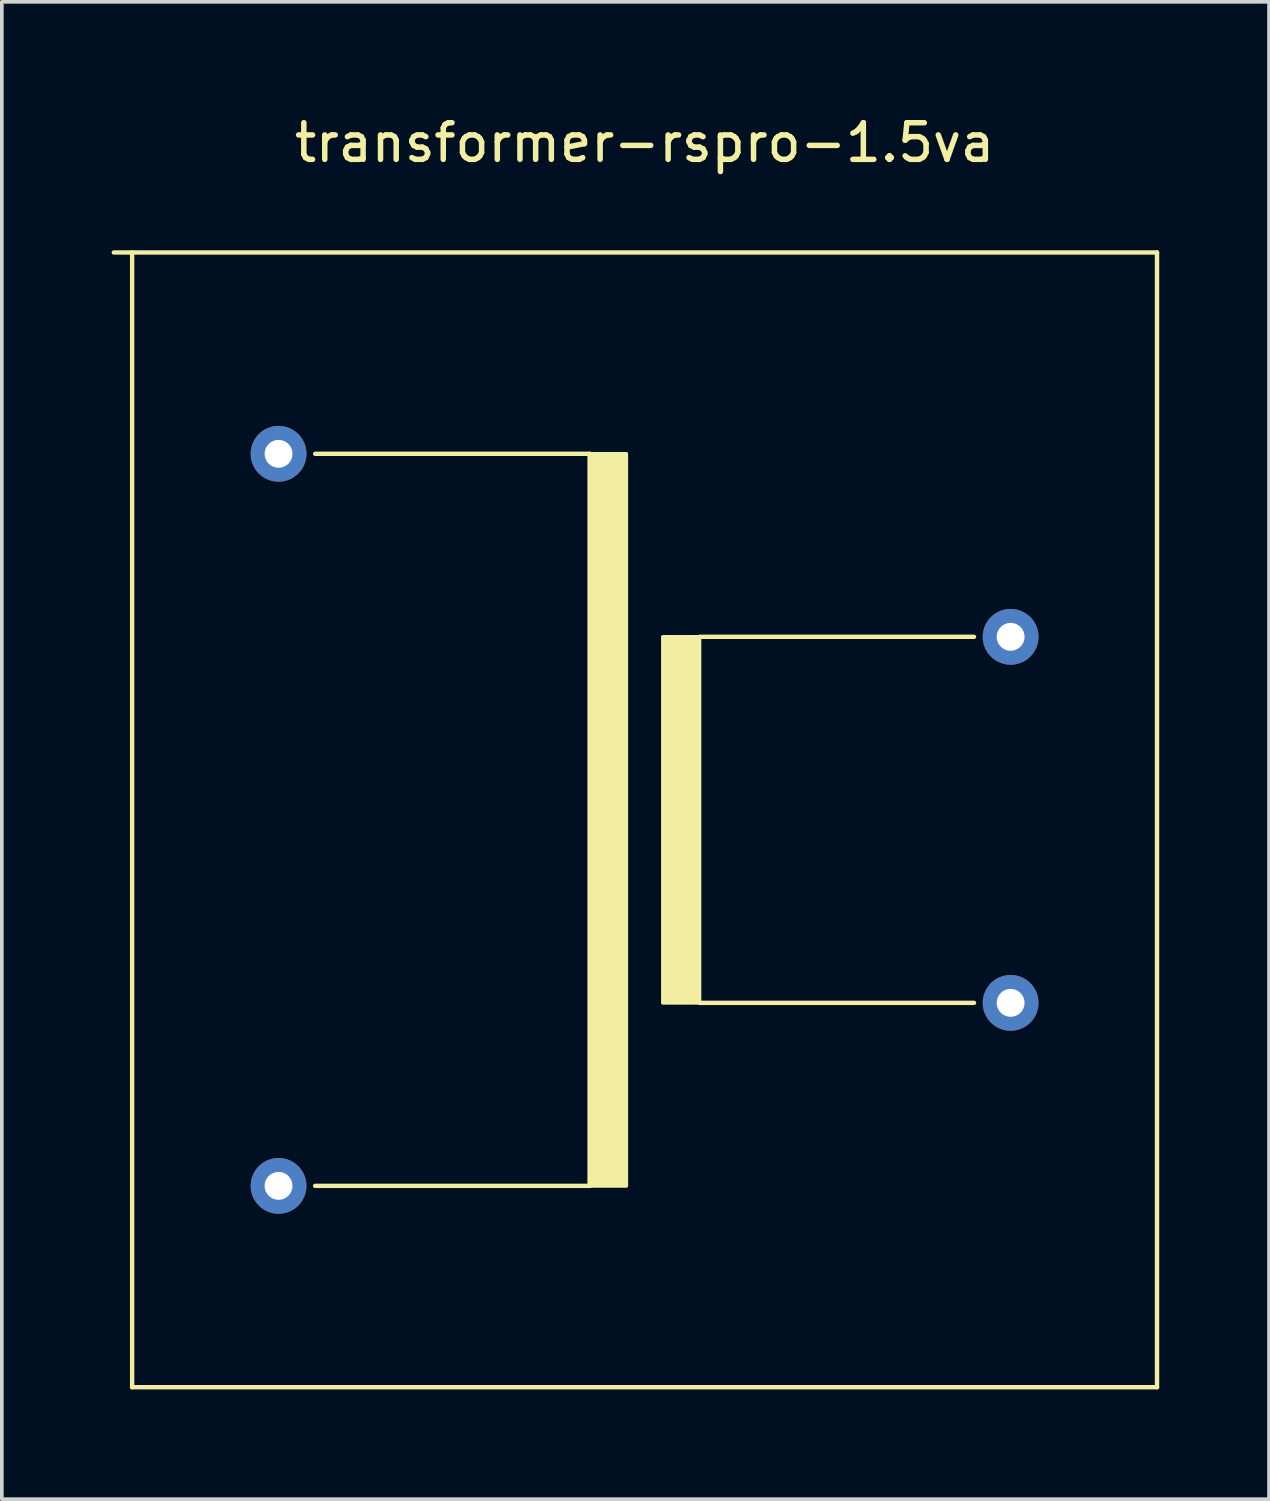
<source format=kicad_pcb>
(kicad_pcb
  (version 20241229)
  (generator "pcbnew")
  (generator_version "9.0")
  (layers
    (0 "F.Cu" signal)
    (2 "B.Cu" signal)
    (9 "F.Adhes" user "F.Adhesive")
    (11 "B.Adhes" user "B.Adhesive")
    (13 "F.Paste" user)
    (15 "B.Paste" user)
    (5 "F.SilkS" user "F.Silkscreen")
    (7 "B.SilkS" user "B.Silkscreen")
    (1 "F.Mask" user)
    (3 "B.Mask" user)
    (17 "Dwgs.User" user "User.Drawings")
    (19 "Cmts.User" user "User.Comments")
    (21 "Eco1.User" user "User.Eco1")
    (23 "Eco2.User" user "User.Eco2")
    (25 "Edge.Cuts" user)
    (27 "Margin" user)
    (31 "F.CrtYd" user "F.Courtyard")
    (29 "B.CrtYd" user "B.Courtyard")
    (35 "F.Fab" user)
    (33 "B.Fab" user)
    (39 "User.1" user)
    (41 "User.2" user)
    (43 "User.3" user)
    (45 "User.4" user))
  (footprint "transformer-rspro-1.5va"
    (layer "F.Cu")
    (at 14.56 19.348)
    (property "Reference" "transformer-rspro-1.5va" (at 0 -18.5 0) (layer "F.SilkS") (effects (font (size 1 1) (thickness 0.15))))
    (attr through_hole)
    (fp_line (start -14 15.5) (end -14 -15.5) (stroke (width 0.12) (type solid)) (layer "F.SilkS"))
    (fp_line (start -14 15.5) (end 14 15.5) (stroke (width 0.12) (type solid)) (layer "F.SilkS"))
    (fp_line (start -9 -10) (end -1.5 -10) (stroke (width 0.12) (type solid)) (layer "F.SilkS"))
    (fp_line (start -1.5 -10) (end -1.5 10) (stroke (width 0.12) (type solid)) (layer "F.SilkS"))
    (fp_line (start -1.5 10) (end -9 10) (stroke (width 0.12) (type solid)) (layer "F.SilkS"))
    (fp_line (start 1.5 -5) (end 9 -5) (stroke (width 0.12) (type solid)) (layer "F.SilkS"))
    (fp_line (start 9 5) (end 1.5 5) (stroke (width 0.12) (type solid)) (layer "F.SilkS"))
    (fp_line (start 14 -15.5) (end -14.5 -15.5) (stroke (width 0.12) (type solid)) (layer "F.SilkS"))
    (fp_line (start 14 15.5) (end 14 -15.5) (stroke (width 0.12) (type solid)) (layer "F.SilkS"))
    (fp_poly (pts (xy -0.5 10) (xy -1.5 10) (xy -1.5 -10) (xy -0.5 -10)) (stroke (width 0.1) (type solid)) (fill yes) (layer "F.SilkS"))
    (fp_poly (pts (xy 1.5 5) (xy 0.5 5) (xy 0.5 -5) (xy 1.5 -5)) (stroke (width 0.1) (type solid)) (fill yes) (layer "F.SilkS"))
    (pad "1" thru_hole circle (at -10 10) (size 1.524 1.524) (drill 0.762) (layers "*.Cu" "*.Mask"))
    (pad "5" thru_hole circle (at -10 -10) (size 1.524 1.524) (drill 0.762) (layers "*.Cu" "*.Mask"))
    (pad "7" thru_hole circle (at 10 -5) (size 1.524 1.524) (drill 0.762) (layers "*.Cu" "*.Mask"))
    (pad "9" thru_hole circle (at 10 5) (size 1.524 1.524) (drill 0.762) (layers "*.Cu" "*.Mask")))
  (gr_rect
    (start -3 -3)
    (end 31.62 37.908)
    (stroke (width 0.1) (type default))
    (fill no)
    (layer "Edge.Cuts")))
</source>
